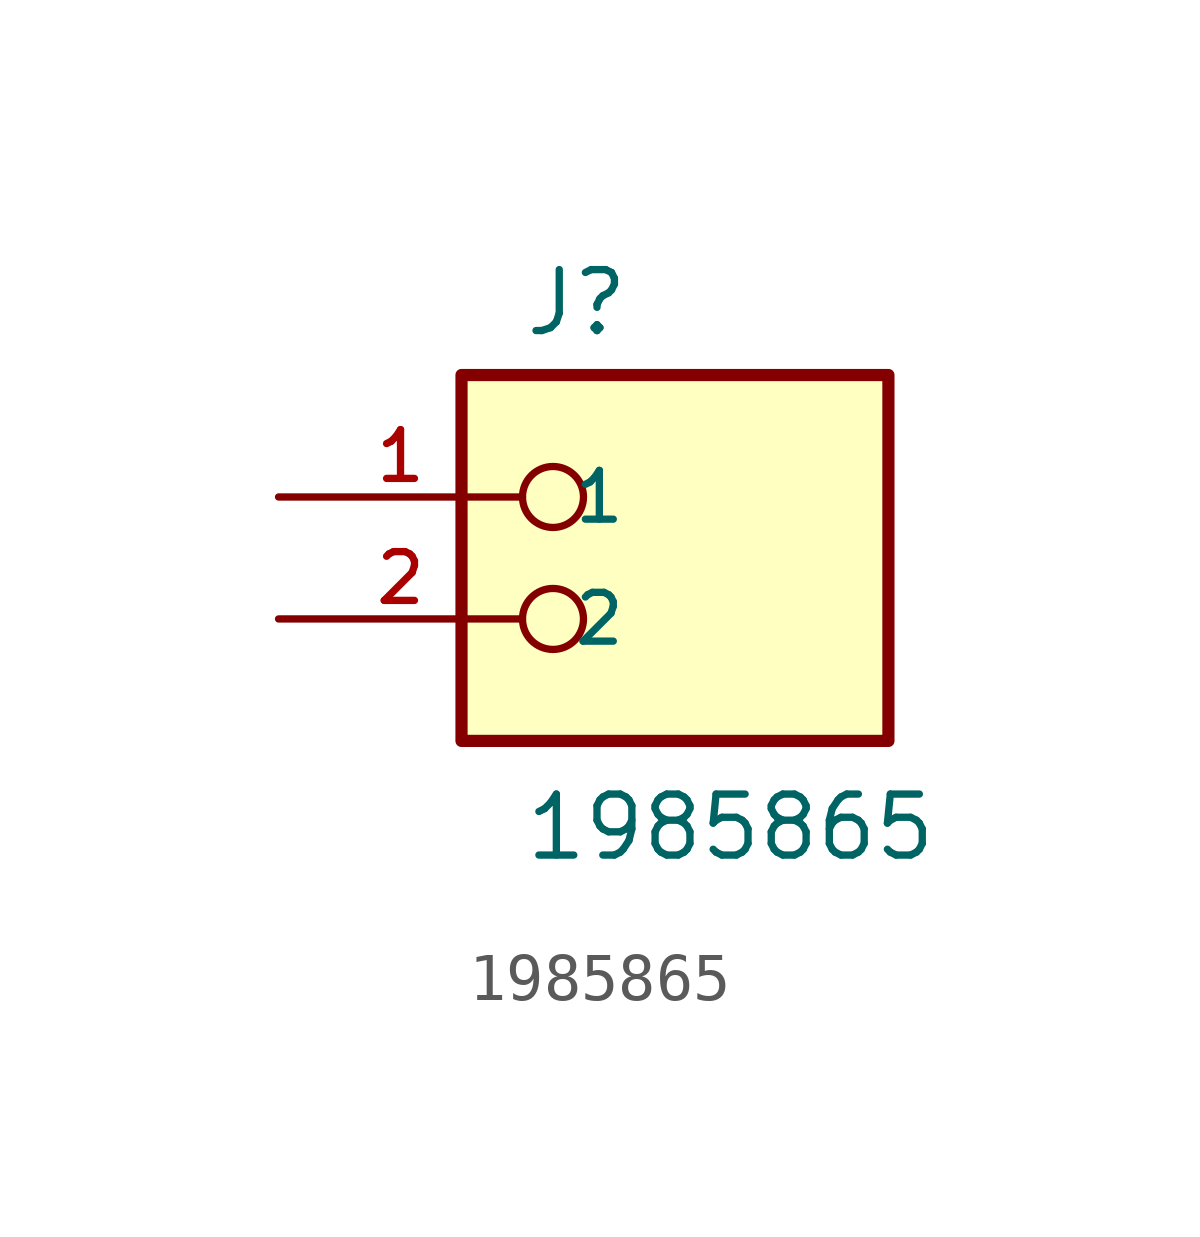
<source format=kicad_sym>
(kicad_symbol_lib
  (version 20211014)
  (generator kicad_symbol_editor)
  (symbol "1985865"
    (pin_names
      (offset 1.016))
    (property "Reference" "J"
      (at -2.54 3.302 0)
      (effects (font (size 1.27 1.27)) (justify bottom left)))
    (property "Value" "1985865"
      (at -2.54 -7.62 0)
      (effects (font (size 1.27 1.27)) (justify bottom left)))
    (symbol "1985865_0_0"
      (circle (center -1.905 0.0) (radius 0.635) (stroke (width 0.152)) (fill (type none)))
      (circle (center -1.905 -2.54) (radius 0.635) (stroke (width 0.152)) (fill (type none)))
      (rectangle (start -3.81 -5.08) (end 5.08 2.54) (stroke (width 0.254)) (fill (type background)))
      (pin passive line (at -7.62 0.0 0) (length 5.08) (name "1" (effects (font (size 1.016 1.016)))) (number "1" (effects (font (size 1.016 1.016)))))
      (pin passive line (at -7.62 -2.54 0) (length 5.08) (name "2" (effects (font (size 1.016 1.016)))) (number "2" (effects (font (size 1.016 1.016))))))))
</source>
